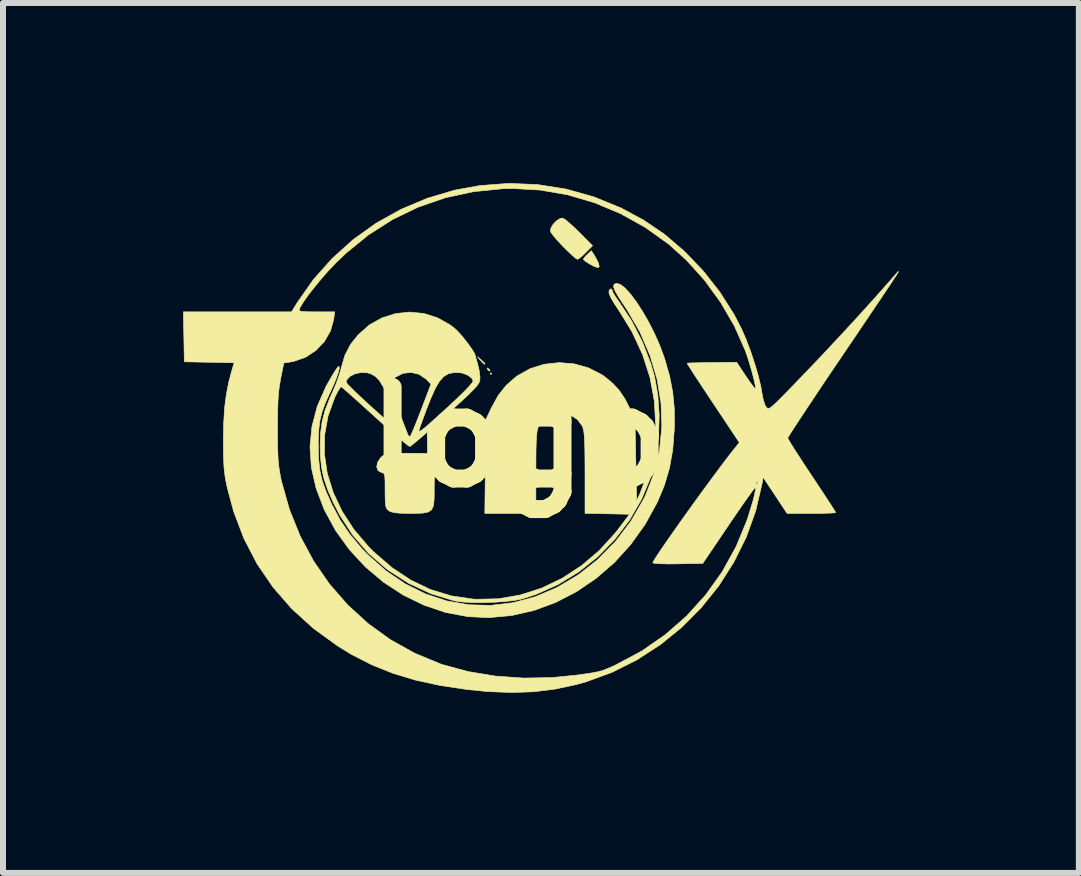
<source format=kicad_pcb>
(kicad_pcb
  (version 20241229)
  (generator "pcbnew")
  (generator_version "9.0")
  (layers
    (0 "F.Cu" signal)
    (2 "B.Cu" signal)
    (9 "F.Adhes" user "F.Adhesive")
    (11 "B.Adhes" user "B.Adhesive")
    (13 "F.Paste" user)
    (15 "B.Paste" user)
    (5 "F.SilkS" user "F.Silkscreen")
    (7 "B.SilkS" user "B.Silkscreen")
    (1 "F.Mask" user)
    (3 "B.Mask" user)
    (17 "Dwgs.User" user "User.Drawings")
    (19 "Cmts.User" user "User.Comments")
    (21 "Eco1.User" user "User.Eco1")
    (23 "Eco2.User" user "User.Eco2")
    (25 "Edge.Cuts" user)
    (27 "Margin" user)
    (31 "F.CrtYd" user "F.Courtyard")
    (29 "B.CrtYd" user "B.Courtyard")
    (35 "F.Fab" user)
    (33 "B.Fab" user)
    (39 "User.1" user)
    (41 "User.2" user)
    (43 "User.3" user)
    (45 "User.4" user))
  (footprint "logo"
    (layer "F.Cu")
    (at 5.595 4.233)
    (property "Reference" "logo" (at 0 0 0) (layer "F.SilkS") (effects (font (size 1.524 1.524) (thickness 0.3))))
    (attr through_hole)
    (fp_poly (pts (xy -0.452 -1.058) (xy -0.466 -1.044) (xy -0.48 -1.058) (xy -0.466 -1.072) (xy -0.452 -1.058)) (stroke (width 0.01) (type solid)) (fill yes) (layer "F.SilkS"))
    (fp_poly (pts (xy -0.628 -1.287) (xy -0.575 -1.237) (xy -0.567 -1.215) (xy -0.574 -1.214) (xy -0.597 -1.233) (xy -0.638 -1.277) (xy -0.691 -1.341) (xy -0.628 -1.287)) (stroke (width 0.01) (type solid)) (fill yes) (layer "F.SilkS"))
    (fp_poly (pts (xy -0.512 -1.146) (xy -0.482 -1.117) (xy -0.488 -1.101) (xy -0.492 -1.101) (xy -0.516 -1.121) (xy -0.525 -1.133) (xy -0.528 -1.153) (xy -0.512 -1.146)) (stroke (width 0.01) (type solid)) (fill yes) (layer "F.SilkS"))
    (fp_poly (pts (xy 1.253 -3.035) (xy 1.298 -2.956) (xy 1.327 -2.893) (xy 1.338 -2.84) (xy 1.315 -2.824) (xy 1.255 -2.844) (xy 1.178 -2.885) (xy 1.114 -2.926) (xy 1.076 -2.957) (xy 1.072 -2.964) (xy 1.091 -2.994) (xy 1.136 -3.041) (xy 1.139 -3.044) (xy 1.206 -3.107) (xy 1.253 -3.035)) (stroke (width 0.01) (type solid)) (fill yes) (layer "F.SilkS"))
    (fp_poly (pts (xy 0.771 -3.625) (xy 0.839 -3.568) (xy 0.926 -3.489) (xy 1.004 -3.413) (xy 1.226 -3.19) (xy 1.115 -3.077) (xy 1.049 -3.014) (xy 0.996 -2.973) (xy 0.974 -2.963) (xy 0.943 -2.982) (xy 0.883 -3.034) (xy 0.803 -3.109) (xy 0.744 -3.168) (xy 0.657 -3.26) (xy 0.585 -3.343) (xy 0.538 -3.404) (xy 0.525 -3.427) (xy 0.532 -3.482) (xy 0.572 -3.549) (xy 0.631 -3.609) (xy 0.694 -3.646) (xy 0.732 -3.649) (xy 0.771 -3.625)) (stroke (width 0.01) (type solid)) (fill yes) (layer "F.SilkS"))
    (fp_poly (pts (xy -1.661 0.269) (xy -1.548 0.271) (xy -1.471 0.276) (xy -1.419 0.287) (xy -1.383 0.303) (xy -1.352 0.328) (xy -1.342 0.338) (xy -1.29 0.41) (xy -1.272 0.486) (xy -1.288 0.549) (xy -1.337 0.585) (xy -1.348 0.588) (xy -1.376 0.594) (xy -1.394 0.612) (xy -1.405 0.651) (xy -1.41 0.722) (xy -1.411 0.835) (xy -1.411 0.889) (xy -1.413 1.038) (xy -1.424 1.141) (xy -1.454 1.208) (xy -1.51 1.247) (xy -1.601 1.265) (xy -1.736 1.27) (xy -1.82 1.27) (xy -1.969 1.267) (xy -2.072 1.258) (xy -2.139 1.241) (xy -2.167 1.226) (xy -2.195 1.202) (xy -2.213 1.17) (xy -2.224 1.117) (xy -2.228 1.033) (xy -2.23 0.906) (xy -2.23 0.889) (xy -2.23 0.758) (xy -2.233 0.673) (xy -2.242 0.624) (xy -2.257 0.599) (xy -2.281 0.589) (xy -2.293 0.588) (xy -2.347 0.557) (xy -2.369 0.497) (xy -2.356 0.422) (xy -2.309 0.348) (xy -2.299 0.338) (xy -2.268 0.31) (xy -2.234 0.291) (xy -2.189 0.279) (xy -2.121 0.272) (xy -2.02 0.269) (xy -1.877 0.268) (xy -1.82 0.268) (xy -1.661 0.269)) (stroke (width 0.01) (type solid)) (fill yes) (layer "F.SilkS"))
    (fp_poly (pts (xy 1.689 -2.545) (xy 1.77 -2.482) (xy 1.862 -2.38) (xy 1.962 -2.246) (xy 2.065 -2.086) (xy 2.167 -1.908) (xy 2.263 -1.717) (xy 2.349 -1.522) (xy 2.42 -1.329) (xy 2.428 -1.305) (xy 2.51 -1.017) (xy 2.562 -0.749) (xy 2.588 -0.478) (xy 2.59 -0.181) (xy 2.588 -0.127) (xy 2.562 0.211) (xy 2.508 0.515) (xy 2.423 0.803) (xy 2.306 1.083) (xy 2.104 1.45) (xy 1.864 1.786) (xy 1.591 2.087) (xy 1.288 2.35) (xy 0.962 2.572) (xy 0.615 2.752) (xy 0.253 2.886) (xy -0.12 2.971) (xy -0.5 3.006) (xy -0.847 2.99) (xy -1.218 2.921) (xy -1.581 2.799) (xy -1.928 2.63) (xy -2.254 2.417) (xy -2.555 2.164) (xy -2.823 1.875) (xy -3.055 1.554) (xy -3.243 1.208) (xy -3.378 0.854) (xy -3.458 0.505) (xy -3.481 0.16) (xy -3.448 -0.179) (xy -3.359 -0.515) (xy -3.214 -0.845) (xy -3.173 -0.918) (xy -3.113 -1.021) (xy -3.061 -1.106) (xy -3.024 -1.16) (xy -3.015 -1.171) (xy -2.994 -1.176) (xy -2.994 -1.139) (xy -3.012 -1.068) (xy -3.046 -0.971) (xy -3.092 -0.859) (xy -3.131 -0.776) (xy -3.218 -0.587) (xy -3.278 -0.427) (xy -3.316 -0.274) (xy -3.336 -0.111) (xy -3.343 0.082) (xy -3.343 0.141) (xy -3.337 0.363) (xy -3.317 0.55) (xy -3.278 0.723) (xy -3.215 0.901) (xy -3.125 1.103) (xy -3.12 1.115) (xy -2.978 1.381) (xy -2.815 1.621) (xy -2.62 1.852) (xy -2.52 1.956) (xy -2.216 2.226) (xy -1.892 2.445) (xy -1.552 2.613) (xy -1.199 2.729) (xy -0.837 2.792) (xy -0.469 2.802) (xy -0.1 2.758) (xy 0.268 2.66) (xy 0.631 2.506) (xy 0.635 2.504) (xy 0.99 2.293) (xy 1.317 2.035) (xy 1.61 1.736) (xy 1.865 1.401) (xy 2.077 1.033) (xy 2.105 0.976) (xy 2.25 0.605) (xy 2.342 0.222) (xy 2.38 -0.171) (xy 2.367 -0.569) (xy 2.301 -0.968) (xy 2.183 -1.364) (xy 2.015 -1.753) (xy 1.795 -2.132) (xy 1.753 -2.194) (xy 1.662 -2.332) (xy 1.604 -2.432) (xy 1.578 -2.5) (xy 1.582 -2.541) (xy 1.614 -2.56) (xy 1.625 -2.562) (xy 1.689 -2.545)) (stroke (width 0.01) (type solid)) (fill yes) (layer "F.SilkS"))
    (fp_poly (pts (xy 1.549 -2.464) (xy 1.552 -2.448) (xy 1.568 -2.407) (xy 1.61 -2.337) (xy 1.667 -2.256) (xy 1.877 -1.939) (xy 2.056 -1.59) (xy 2.196 -1.229) (xy 2.259 -1.01) (xy 2.314 -0.701) (xy 2.337 -0.368) (xy 2.327 -0.027) (xy 2.287 0.303) (xy 2.215 0.606) (xy 2.199 0.658) (xy 2.045 1.03) (xy 1.843 1.38) (xy 1.597 1.702) (xy 1.313 1.992) (xy 0.995 2.245) (xy 0.649 2.456) (xy 0.279 2.621) (xy 0.042 2.697) (xy -0.077 2.72) (xy -0.236 2.738) (xy -0.418 2.75) (xy -0.608 2.756) (xy -0.79 2.754) (xy -0.948 2.745) (xy -1.067 2.728) (xy -1.072 2.727) (xy -1.463 2.608) (xy -1.83 2.438) (xy -2.178 2.215) (xy -2.205 2.195) (xy -2.507 1.933) (xy -2.768 1.632) (xy -2.988 1.292) (xy -3.089 1.096) (xy -3.183 0.883) (xy -3.247 0.695) (xy -3.287 0.515) (xy -3.307 0.323) (xy -3.312 0.155) (xy -3.305 -0.066) (xy -3.279 -0.26) (xy -3.23 -0.447) (xy -3.152 -0.648) (xy -3.104 -0.754) (xy -3.049 -0.882) (xy -3.037 -0.916) (xy -2.878 -0.916) (xy -2.859 -0.888) (xy -2.805 -0.832) (xy -2.725 -0.753) (xy -2.625 -0.658) (xy -2.513 -0.555) (xy -2.395 -0.448) (xy -2.28 -0.345) (xy -2.174 -0.253) (xy -2.085 -0.178) (xy -2.02 -0.126) (xy -1.986 -0.105) (xy -1.983 -0.106) (xy -1.989 -0.14) (xy -2.013 -0.217) (xy -2.05 -0.326) (xy -2.098 -0.458) (xy -2.118 -0.51) (xy -2.194 -0.7) (xy -2.26 -0.841) (xy -2.288 -0.885) (xy -2.176 -0.885) (xy -2.024 -0.492) (xy -1.969 -0.349) (xy -1.92 -0.222) (xy -1.881 -0.121) (xy -1.857 -0.058) (xy -1.852 -0.045) (xy -1.827 -0.011) (xy -1.809 -0.016) (xy -1.792 -0.051) (xy -1.766 -0.109) (xy -1.665 -0.109) (xy -1.661 -0.098) (xy -1.644 -0.102) (xy -1.61 -0.124) (xy -1.555 -0.168) (xy -1.474 -0.239) (xy -1.362 -0.339) (xy -1.215 -0.473) (xy -1.162 -0.521) (xy -1.034 -0.641) (xy -0.923 -0.749) (xy -0.837 -0.838) (xy -0.782 -0.903) (xy -0.762 -0.937) (xy -0.787 -0.984) (xy -0.849 -1.031) (xy -0.93 -1.064) (xy -0.974 -1.073) (xy -1.083 -1.076) (xy -1.175 -1.057) (xy -1.254 -1.01) (xy -1.326 -0.928) (xy -1.397 -0.805) (xy -1.472 -0.638) (xy -1.521 -0.513) (xy -1.573 -0.376) (xy -1.616 -0.258) (xy -1.648 -0.168) (xy -1.664 -0.116) (xy -1.665 -0.109) (xy -1.766 -0.109) (xy -1.758 -0.128) (xy -1.713 -0.239) (xy -1.66 -0.374) (xy -1.625 -0.464) (xy -1.465 -0.885) (xy -1.547 -0.968) (xy -1.663 -1.047) (xy -1.796 -1.079) (xy -1.931 -1.064) (xy -2.055 -1.001) (xy -2.094 -0.967) (xy -2.176 -0.885) (xy -2.288 -0.885) (xy -2.323 -0.942) (xy -2.388 -1.01) (xy -2.459 -1.052) (xy -2.518 -1.071) (xy -2.624 -1.078) (xy -2.728 -1.057) (xy -2.814 -1.014) (xy -2.868 -0.956) (xy -2.878 -0.916) (xy -3.037 -0.916) (xy -3.001 -1.015) (xy -2.967 -1.127) (xy -2.962 -1.149) (xy -2.9 -1.363) (xy -2.804 -1.547) (xy -2.679 -1.704) (xy -2.493 -1.869) (xy -2.282 -1.987) (xy -2.056 -2.059) (xy -1.821 -2.084) (xy -1.585 -2.061) (xy -1.358 -1.99) (xy -1.147 -1.871) (xy -1.044 -1.789) (xy -0.988 -1.73) (xy -0.919 -1.649) (xy -0.849 -1.559) (xy -0.788 -1.473) (xy -0.745 -1.404) (xy -0.73 -1.37) (xy -0.722 -1.337) (xy -0.702 -1.269) (xy -0.689 -1.224) (xy -0.664 -1.119) (xy -0.65 -1.015) (xy -0.649 -0.986) (xy -0.651 -0.953) (xy -0.659 -0.921) (xy -0.678 -0.885) (xy -0.713 -0.84) (xy -0.768 -0.781) (xy -0.848 -0.702) (xy -0.958 -0.599) (xy -1.102 -0.467) (xy -1.217 -0.362) (xy -1.368 -0.226) (xy -1.506 -0.103) (xy -1.626 0.001) (xy -1.722 0.082) (xy -1.788 0.135) (xy -1.819 0.155) (xy -1.82 0.155) (xy -1.849 0.137) (xy -1.914 0.085) (xy -2.009 0.006) (xy -2.127 -0.097) (xy -2.264 -0.218) (xy -2.397 -0.339) (xy -2.544 -0.472) (xy -2.677 -0.592) (xy -2.791 -0.694) (xy -2.88 -0.773) (xy -2.939 -0.823) (xy -2.961 -0.84) (xy -2.982 -0.821) (xy -3.018 -0.761) (xy -3.063 -0.674) (xy -3.07 -0.657) (xy -3.18 -0.353) (xy -3.237 -0.038) (xy -3.24 0.282) (xy -3.193 0.603) (xy -3.094 0.922) (xy -2.946 1.235) (xy -2.75 1.537) (xy -2.506 1.824) (xy -2.423 1.907) (xy -2.116 2.173) (xy -1.799 2.383) (xy -1.47 2.54) (xy -1.125 2.644) (xy -0.764 2.697) (xy -0.706 2.7) (xy -0.339 2.692) (xy 0.023 2.629) (xy 0.377 2.515) (xy 0.718 2.352) (xy 1.039 2.143) (xy 1.337 1.89) (xy 1.605 1.596) (xy 1.668 1.516) (xy 1.843 1.284) (xy 1.472 1.276) (xy 1.101 1.268) (xy 1.101 0.589) (xy 1.1 0.367) (xy 1.098 0.194) (xy 1.094 0.062) (xy 1.088 -0.035) (xy 1.079 -0.105) (xy 1.067 -0.155) (xy 1.055 -0.186) (xy 0.976 -0.293) (xy 0.868 -0.363) (xy 0.742 -0.396) (xy 0.611 -0.392) (xy 0.488 -0.35) (xy 0.385 -0.271) (xy 0.328 -0.186) (xy 0.313 -0.146) (xy 0.302 -0.093) (xy 0.293 -0.018) (xy 0.288 0.085) (xy 0.284 0.224) (xy 0.283 0.406) (xy 0.282 0.59) (xy 0.282 1.27) (xy -0.568 1.27) (xy -0.559 0.487) (xy -0.55 -0.296) (xy -0.46 -0.486) (xy -0.345 -0.695) (xy -0.213 -0.863) (xy -0.051 -1.004) (xy -0.03 -1.02) (xy 0.185 -1.141) (xy 0.422 -1.215) (xy 0.669 -1.242) (xy 0.918 -1.222) (xy 1.158 -1.155) (xy 1.379 -1.042) (xy 1.43 -1.007) (xy 1.566 -0.894) (xy 1.675 -0.775) (xy 1.769 -0.632) (xy 1.843 -0.487) (xy 1.933 -0.296) (xy 1.947 0.381) (xy 1.961 1.058) (xy 2.014 0.945) (xy 2.155 0.573) (xy 2.243 0.19) (xy 2.277 -0.2) (xy 2.257 -0.594) (xy 2.185 -0.987) (xy 2.06 -1.376) (xy 1.883 -1.757) (xy 1.672 -2.101) (xy 1.582 -2.236) (xy 1.526 -2.335) (xy 1.5 -2.403) (xy 1.503 -2.447) (xy 1.524 -2.469) (xy 1.549 -2.464)) (stroke (width 0.01) (type solid)) (fill yes) (layer "F.SilkS"))
    (fp_poly (pts (xy 0.313 -4.208) (xy 0.786 -4.133) (xy 1.249 -4.003) (xy 1.701 -3.818) (xy 2.074 -3.618) (xy 2.425 -3.38) (xy 2.759 -3.094) (xy 3.069 -2.771) (xy 3.346 -2.419) (xy 3.583 -2.046) (xy 3.708 -1.805) (xy 3.783 -1.632) (xy 3.858 -1.434) (xy 3.927 -1.227) (xy 3.986 -1.027) (xy 4.029 -0.848) (xy 4.05 -0.726) (xy 4.07 -0.625) (xy 4.097 -0.541) (xy 4.117 -0.505) (xy 4.136 -0.485) (xy 4.156 -0.478) (xy 4.184 -0.488) (xy 4.227 -0.521) (xy 4.291 -0.58) (xy 4.382 -0.671) (xy 4.49 -0.781) (xy 4.783 -1.084) (xy 5.083 -1.4) (xy 5.383 -1.721) (xy 5.672 -2.035) (xy 5.941 -2.333) (xy 6.182 -2.605) (xy 6.248 -2.681) (xy 6.279 -2.717) (xy 6.303 -2.744) (xy 6.318 -2.76) (xy 6.323 -2.761) (xy 6.315 -2.744) (xy 6.293 -2.707) (xy 6.254 -2.647) (xy 6.197 -2.56) (xy 6.119 -2.444) (xy 6.019 -2.295) (xy 5.895 -2.111) (xy 5.745 -1.889) (xy 5.567 -1.625) (xy 5.393 -1.368) (xy 5.226 -1.121) (xy 5.068 -0.887) (xy 4.924 -0.671) (xy 4.795 -0.477) (xy 4.684 -0.309) (xy 4.594 -0.172) (xy 4.528 -0.07) (xy 4.488 -0.006) (xy 4.478 0.013) (xy 4.493 0.044) (xy 4.535 0.115) (xy 4.601 0.22) (xy 4.686 0.351) (xy 4.785 0.503) (xy 4.878 0.642) (xy 4.986 0.805) (xy 5.083 0.952) (xy 5.165 1.077) (xy 5.228 1.174) (xy 5.266 1.235) (xy 5.278 1.255) (xy 5.251 1.261) (xy 5.178 1.265) (xy 5.068 1.268) (xy 4.932 1.27) (xy 4.872 1.27) (xy 4.467 1.27) (xy 4.268 0.969) (xy 4.068 0.668) (xy 4.049 0.779) (xy 3.943 1.232) (xy 3.786 1.668) (xy 3.58 2.083) (xy 3.331 2.474) (xy 3.041 2.835) (xy 2.715 3.165) (xy 2.355 3.457) (xy 1.965 3.71) (xy 1.55 3.918) (xy 1.112 4.078) (xy 0.953 4.122) (xy 0.601 4.197) (xy 0.246 4.241) (xy -0.123 4.254) (xy -0.519 4.238) (xy -0.861 4.204) (xy -1.316 4.136) (xy -1.727 4.046) (xy -2.103 3.932) (xy -2.454 3.791) (xy -2.79 3.619) (xy -3.02 3.478) (xy -3.425 3.184) (xy -3.784 2.858) (xy -4.096 2.5) (xy -4.362 2.111) (xy -4.581 1.689) (xy -4.753 1.237) (xy -4.859 0.843) (xy -4.884 0.722) (xy -4.902 0.609) (xy -4.914 0.492) (xy -4.92 0.356) (xy -4.923 0.186) (xy -4.924 0.042) (xy -4.92 -0.141) (xy -4.022 -0.141) (xy -4.021 0.067) (xy -4.018 0.231) (xy -4.012 0.363) (xy -4.002 0.474) (xy -3.987 0.577) (xy -3.967 0.683) (xy -3.956 0.734) (xy -3.824 1.203) (xy -3.645 1.647) (xy -3.422 2.062) (xy -3.158 2.445) (xy -2.854 2.794) (xy -2.514 3.104) (xy -2.141 3.374) (xy -1.737 3.599) (xy -1.305 3.778) (xy -1.259 3.793) (xy -0.84 3.906) (xy -0.392 3.98) (xy 0.076 4.013) (xy 0.551 4.005) (xy 0.96 3.964) (xy 1.118 3.942) (xy 1.235 3.924) (xy 1.322 3.907) (xy 1.394 3.887) (xy 1.464 3.86) (xy 1.546 3.825) (xy 1.62 3.79) (xy 2.046 3.563) (xy 2.438 3.291) (xy 2.794 2.979) (xy 3.111 2.628) (xy 3.386 2.243) (xy 3.617 1.825) (xy 3.802 1.378) (xy 3.896 1.072) (xy 3.923 0.967) (xy 3.94 0.883) (xy 3.946 0.836) (xy 3.944 0.831) (xy 3.926 0.849) (xy 3.88 0.909) (xy 3.811 1.005) (xy 3.723 1.129) (xy 3.621 1.277) (xy 3.508 1.443) (xy 3.497 1.46) (xy 3.062 2.103) (xy 2.646 2.11) (xy 2.496 2.112) (xy 2.371 2.109) (xy 2.281 2.104) (xy 2.234 2.096) (xy 2.23 2.093) (xy 2.246 2.059) (xy 2.291 1.987) (xy 2.362 1.88) (xy 2.454 1.746) (xy 2.564 1.589) (xy 2.685 1.417) (xy 2.816 1.234) (xy 2.951 1.046) (xy 3.087 0.86) (xy 3.159 0.762) (xy 3.951 0.762) (xy 3.961 0.785) (xy 3.97 0.781) (xy 3.973 0.747) (xy 3.97 0.743) (xy 3.953 0.747) (xy 3.951 0.762) (xy 3.159 0.762) (xy 3.218 0.681) (xy 3.342 0.514) (xy 3.453 0.367) (xy 3.548 0.244) (xy 3.6 0.179) (xy 3.672 0.089) (xy 3.234 -0.568) (xy 3.121 -0.738) (xy 3.019 -0.893) (xy 2.932 -1.025) (xy 2.865 -1.13) (xy 2.82 -1.2) (xy 2.803 -1.231) (xy 2.803 -1.232) (xy 2.832 -1.235) (xy 2.908 -1.238) (xy 3.019 -1.24) (xy 3.157 -1.243) (xy 3.218 -1.243) (xy 3.627 -1.248) (xy 3.779 -1.019) (xy 3.845 -0.923) (xy 3.899 -0.849) (xy 3.934 -0.807) (xy 3.943 -0.801) (xy 3.943 -0.833) (xy 3.928 -0.908) (xy 3.903 -1.011) (xy 3.87 -1.132) (xy 3.833 -1.257) (xy 3.795 -1.375) (xy 3.768 -1.449) (xy 3.589 -1.853) (xy 3.361 -2.245) (xy 3.094 -2.613) (xy 2.793 -2.947) (xy 2.494 -3.217) (xy 2.106 -3.494) (xy 1.693 -3.724) (xy 1.259 -3.906) (xy 0.81 -4.038) (xy 0.352 -4.117) (xy -0.111 -4.143) (xy -0.268 -4.139) (xy -0.758 -4.09) (xy -1.228 -3.988) (xy -1.677 -3.833) (xy -2.103 -3.628) (xy -2.506 -3.371) (xy -2.883 -3.064) (xy -3.033 -2.921) (xy -3.156 -2.793) (xy -3.28 -2.653) (xy -3.398 -2.51) (xy -3.504 -2.375) (xy -3.588 -2.257) (xy -3.644 -2.165) (xy -3.656 -2.136) (xy -3.66 -2.115) (xy -3.644 -2.101) (xy -3.6 -2.093) (xy -3.518 -2.089) (xy -3.39 -2.088) (xy -3.372 -2.088) (xy -3.069 -2.088) (xy -3.086 -1.961) (xy -3.14 -1.768) (xy -3.241 -1.594) (xy -3.381 -1.446) (xy -3.552 -1.333) (xy -3.747 -1.264) (xy -3.8 -1.254) (xy -3.917 -1.235) (xy -3.969 -0.978) (xy -3.989 -0.864) (xy -4.004 -0.744) (xy -4.014 -0.604) (xy -4.019 -0.435) (xy -4.022 -0.224) (xy -4.022 -0.141) (xy -4.92 -0.141) (xy -4.918 -0.246) (xy -4.903 -0.493) (xy -4.874 -0.715) (xy -4.832 -0.927) (xy -4.784 -1.107) (xy -4.745 -1.24) (xy -5.159 -1.248) (xy -5.574 -1.256) (xy -5.582 -1.672) (xy -5.59 -2.088) (xy -3.787 -2.088) (xy -3.696 -2.237) (xy -3.425 -2.624) (xy -3.112 -2.976) (xy -2.762 -3.291) (xy -2.379 -3.565) (xy -1.966 -3.795) (xy -1.529 -3.979) (xy -1.072 -4.115) (xy -0.655 -4.191) (xy -0.167 -4.228) (xy 0.313 -4.208)) (stroke (width 0.01) (type solid)) (fill yes) (layer "F.SilkS")))
  (gr_rect
    (start -3 -3)
    (end 14.923 11.492)
    (stroke (width 0.1) (type default))
    (fill no)
    (layer "Edge.Cuts")))
</source>
